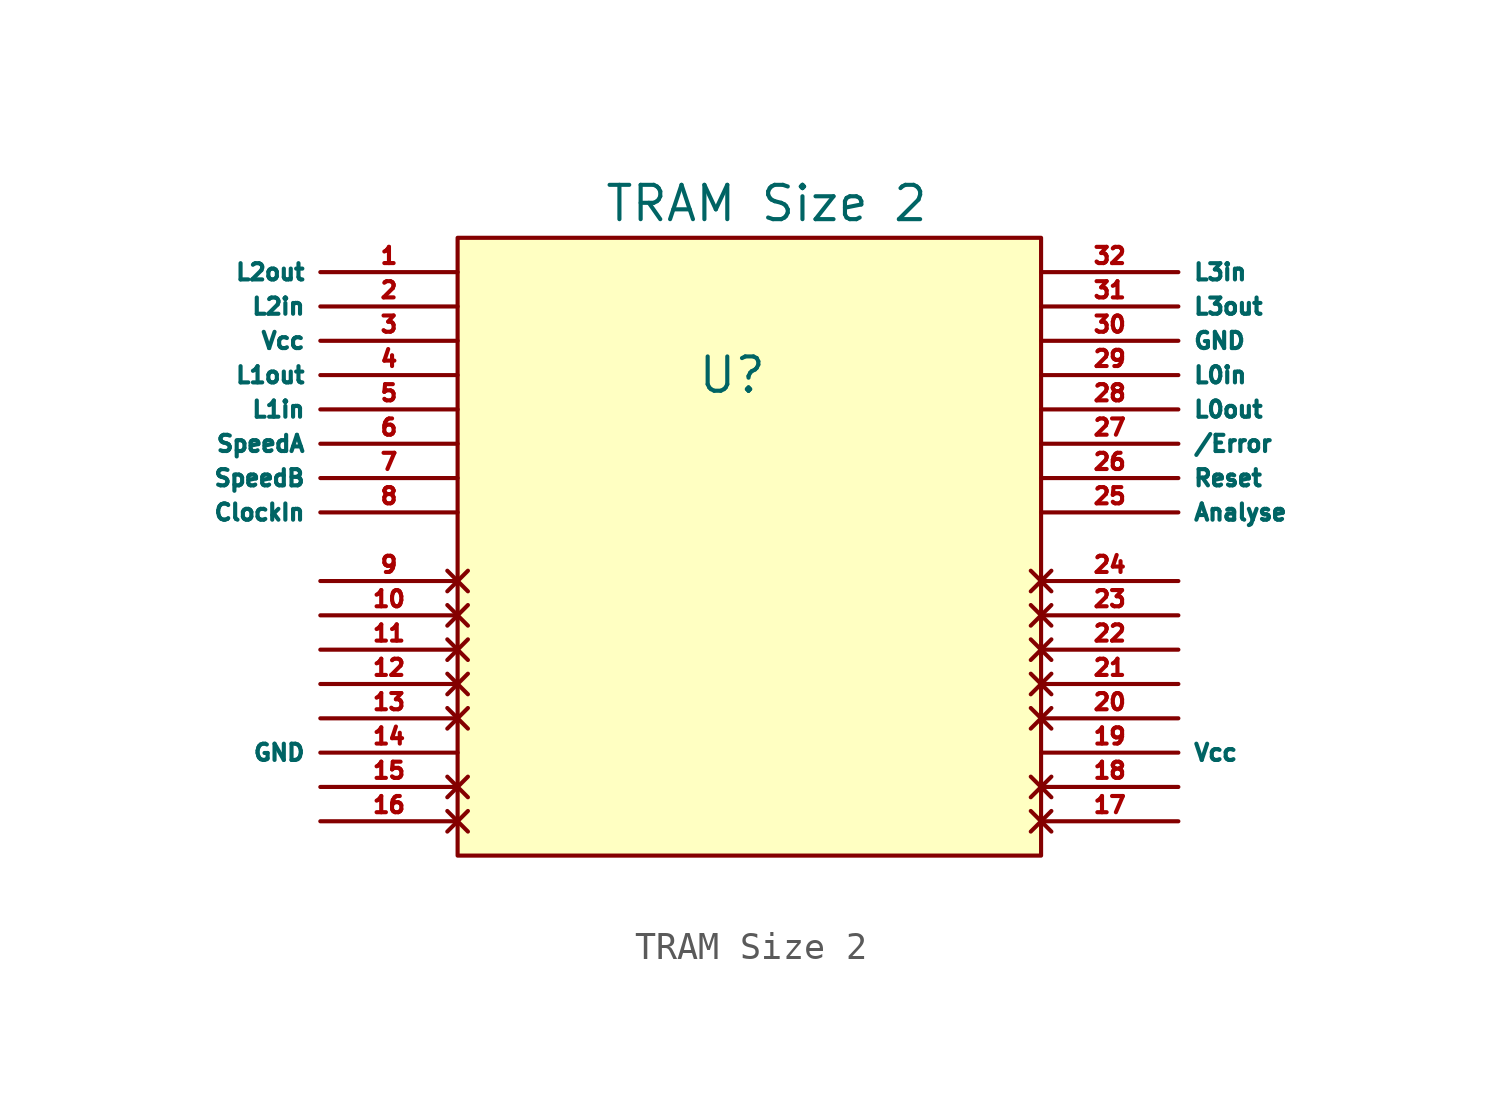
<source format=kicad_sym>
(kicad_symbol_lib
  (version 20211014)
  (generator kicad_symbol_editor)
  (symbol "TRAM Size 2"
    (property "Reference" "U"
      (at 5.08 -7.62 0)
      (effects (font (size 1.27 1.27))))
    (property "Value" "TRAM Size 2"
      (at 6.35 -1.27 0)
      (effects (font (size 1.27 1.27))))
    (symbol "TRAM Size 2_0_1"
      (rectangle (start -5.08 -2.54) (end 16.51 -25.4) (stroke (width 0) (type default) (color 0 0 0 0)) (fill (type background))))
    (symbol "TRAM Size 2_1_1"
      (pin output line (at -5.08 -3.81 180) (length 5.08) (name "L2out" (effects (font (size 0.6 0.6)))) (number "1" (effects (font (size 0.6 0.6)))))
      (pin no_connect line (at -5.08 -16.51 180) (length 5.08) (name "" (effects (font (size 0.6 0.6)))) (number "10" (effects (font (size 0.6 0.6)))))
      (pin no_connect line (at -5.08 -17.78 180) (length 5.08) (name "" (effects (font (size 0.6 0.6)))) (number "11" (effects (font (size 0.6 0.6)))))
      (pin no_connect line (at -5.08 -19.05 180) (length 5.08) (name "" (effects (font (size 0.6 0.6)))) (number "12" (effects (font (size 0.6 0.6)))))
      (pin no_connect line (at -5.08 -20.32 180) (length 5.08) (name "" (effects (font (size 0.6 0.6)))) (number "13" (effects (font (size 0.6 0.6)))))
      (pin power_in line (at -5.08 -21.59 180) (length 5.08) (name "GND" (effects (font (size 0.6 0.6)))) (number "14" (effects (font (size 0.6 0.6)))))
      (pin no_connect line (at -5.08 -22.86 180) (length 5.08) (name "" (effects (font (size 0.6 0.6)))) (number "15" (effects (font (size 0.6 0.6)))))
      (pin no_connect line (at -5.08 -24.13 180) (length 5.08) (name "" (effects (font (size 0.6 0.6)))) (number "16" (effects (font (size 0.6 0.6)))))
      (pin no_connect line (at 16.51 -24.13 0) (length 5.08) (name "" (effects (font (size 0.6 0.6)))) (number "17" (effects (font (size 0.6 0.6)))))
      (pin no_connect line (at 16.51 -22.86 0) (length 5.08) (name "" (effects (font (size 0.6 0.6)))) (number "18" (effects (font (size 0.6 0.6)))))
      (pin power_in line (at 16.51 -21.59 0) (length 5.08) (name "Vcc" (effects (font (size 0.6 0.6)))) (number "19" (effects (font (size 0.6 0.6)))))
      (pin input line (at -5.08 -5.08 180) (length 5.08) (name "L2in" (effects (font (size 0.6 0.6)))) (number "2" (effects (font (size 0.6 0.6)))))
      (pin no_connect line (at 16.51 -20.32 0) (length 5.08) (name "" (effects (font (size 0.6 0.6)))) (number "20" (effects (font (size 0.6 0.6)))))
      (pin no_connect line (at 16.51 -19.05 0) (length 5.08) (name "" (effects (font (size 0.6 0.6)))) (number "21" (effects (font (size 0.6 0.6)))))
      (pin no_connect line (at 16.51 -17.78 0) (length 5.08) (name "" (effects (font (size 0.6 0.6)))) (number "22" (effects (font (size 0.6 0.6)))))
      (pin no_connect line (at 16.51 -16.51 0) (length 5.08) (name "" (effects (font (size 0.6 0.6)))) (number "23" (effects (font (size 0.6 0.6)))))
      (pin no_connect line (at 16.51 -15.24 0) (length 5.08) (name "" (effects (font (size 0.6 0.6)))) (number "24" (effects (font (size 0.6 0.6)))))
      (pin input line (at 16.51 -12.7 0) (length 5.08) (name "Analyse" (effects (font (size 0.6 0.6)))) (number "25" (effects (font (size 0.6 0.6)))))
      (pin input line (at 16.51 -11.43 0) (length 5.08) (name "Reset" (effects (font (size 0.6 0.6)))) (number "26" (effects (font (size 0.6 0.6)))))
      (pin output line (at 16.51 -10.16 0) (length 5.08) (name "/Error" (effects (font (size 0.6 0.6)))) (number "27" (effects (font (size 0.6 0.6)))))
      (pin output line (at 16.51 -8.89 0) (length 5.08) (name "L0out" (effects (font (size 0.6 0.6)))) (number "28" (effects (font (size 0.6 0.6)))))
      (pin input line (at 16.51 -7.62 0) (length 5.08) (name "L0in" (effects (font (size 0.6 0.6)))) (number "29" (effects (font (size 0.6 0.6)))))
      (pin power_in line (at -5.08 -6.35 180) (length 5.08) (name "Vcc" (effects (font (size 0.6 0.6)))) (number "3" (effects (font (size 0.6 0.6)))))
      (pin power_in line (at 16.51 -6.35 0) (length 5.08) (name "GND" (effects (font (size 0.6 0.6)))) (number "30" (effects (font (size 0.6 0.6)))))
      (pin output line (at 16.51 -5.08 0) (length 5.08) (name "L3out" (effects (font (size 0.6 0.6)))) (number "31" (effects (font (size 0.6 0.6)))))
      (pin input line (at 16.51 -3.81 0) (length 5.08) (name "L3in" (effects (font (size 0.6 0.6)))) (number "32" (effects (font (size 0.6 0.6)))))
      (pin output line (at -5.08 -7.62 180) (length 5.08) (name "L1out" (effects (font (size 0.6 0.6)))) (number "4" (effects (font (size 0.6 0.6)))))
      (pin input line (at -5.08 -8.89 180) (length 5.08) (name "L1in" (effects (font (size 0.6 0.6)))) (number "5" (effects (font (size 0.6 0.6)))))
      (pin input line (at -5.08 -10.16 180) (length 5.08) (name "SpeedA" (effects (font (size 0.6 0.6)))) (number "6" (effects (font (size 0.6 0.6)))))
      (pin input line (at -5.08 -11.43 180) (length 5.08) (name "SpeedB" (effects (font (size 0.6 0.6)))) (number "7" (effects (font (size 0.6 0.6)))))
      (pin input line (at -5.08 -12.7 180) (length 5.08) (name "ClockIn" (effects (font (size 0.6 0.6)))) (number "8" (effects (font (size 0.6 0.6)))))
      (pin no_connect line (at -5.08 -15.24 180) (length 5.08) (name "" (effects (font (size 0.6 0.6)))) (number "9" (effects (font (size 0.6 0.6))))))))
</source>
